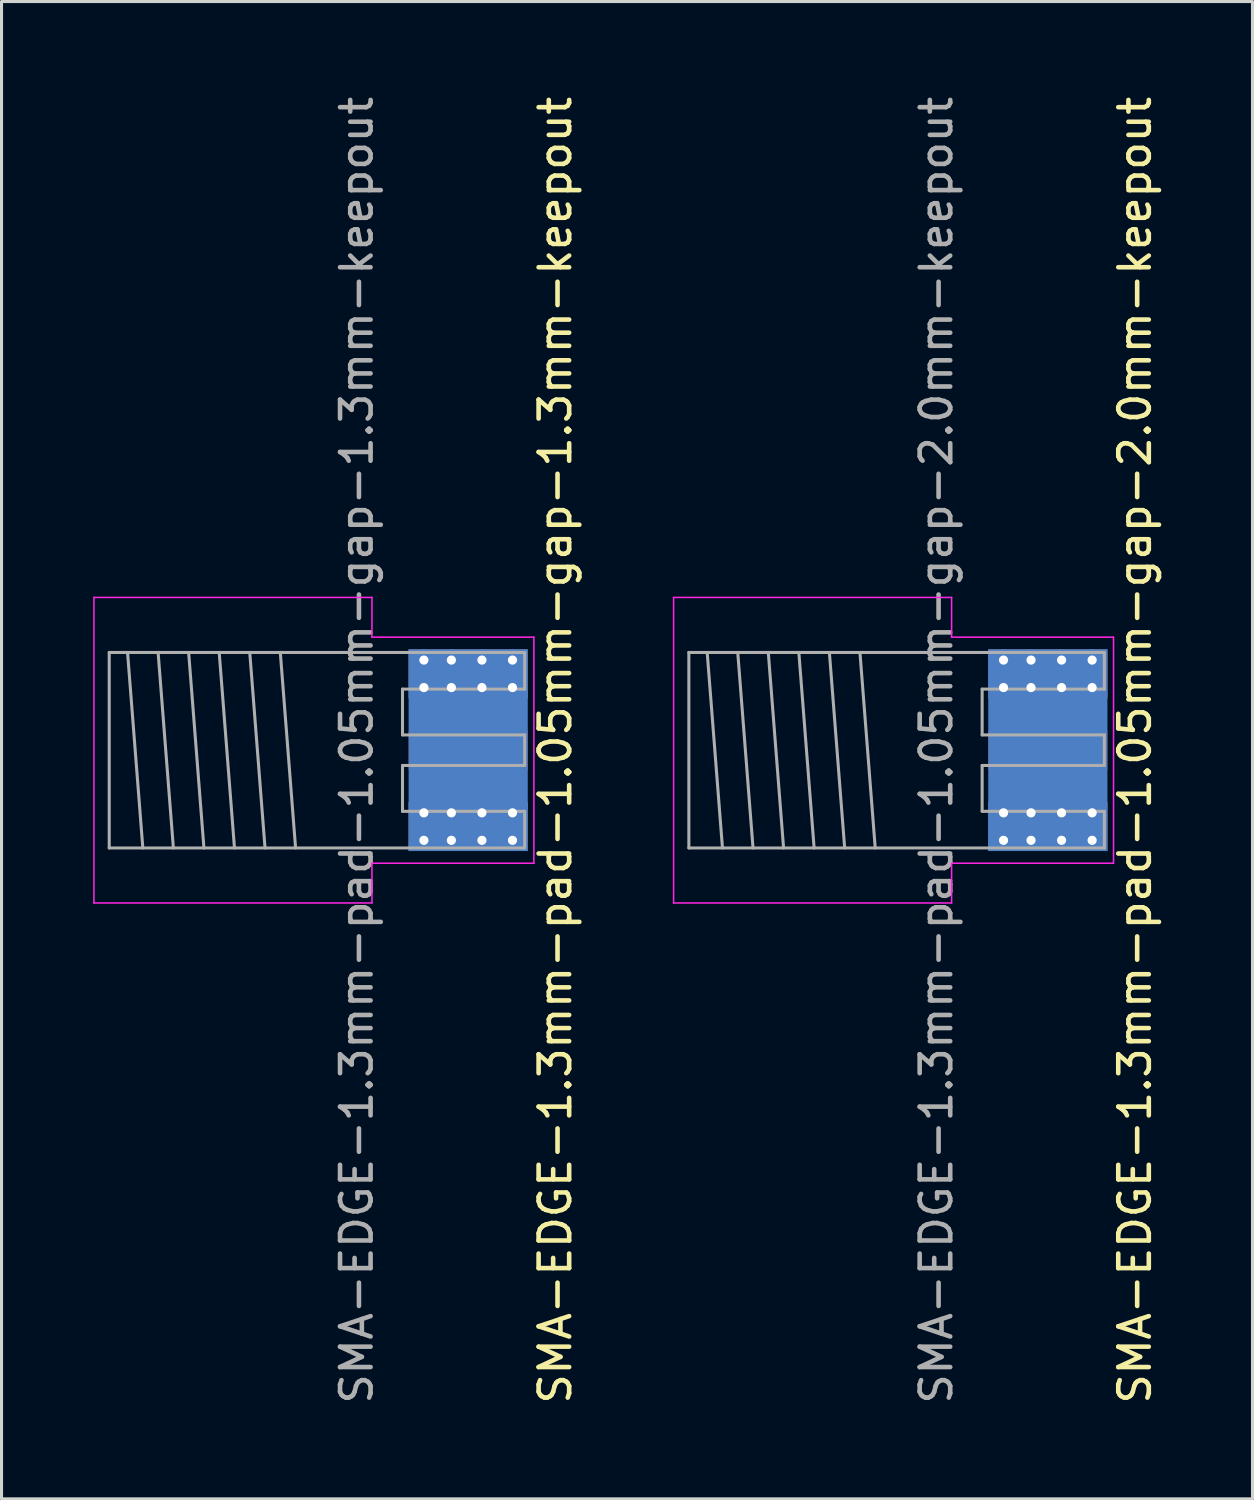
<source format=kicad_pcb>
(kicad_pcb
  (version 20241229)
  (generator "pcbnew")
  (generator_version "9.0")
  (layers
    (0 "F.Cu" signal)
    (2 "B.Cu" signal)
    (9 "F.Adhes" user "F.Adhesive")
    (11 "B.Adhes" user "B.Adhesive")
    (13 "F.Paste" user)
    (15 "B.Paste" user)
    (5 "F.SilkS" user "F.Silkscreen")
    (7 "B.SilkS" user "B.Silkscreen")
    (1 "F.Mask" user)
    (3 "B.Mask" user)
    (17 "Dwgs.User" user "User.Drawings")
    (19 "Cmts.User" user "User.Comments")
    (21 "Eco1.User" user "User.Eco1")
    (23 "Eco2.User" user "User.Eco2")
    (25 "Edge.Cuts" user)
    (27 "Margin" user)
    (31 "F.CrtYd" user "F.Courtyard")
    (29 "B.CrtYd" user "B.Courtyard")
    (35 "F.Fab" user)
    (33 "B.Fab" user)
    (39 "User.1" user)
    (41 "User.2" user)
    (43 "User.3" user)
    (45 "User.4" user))
  (footprint "SMA-EDGE-1.3mm-pad-1.05mm-gap-2.0mm-keepout"
    (layer "F.Cu")
    (at 29.098 21.506)
    (property "Reference" "SMA-EDGE-1.3mm-pad-1.05mm-gap-2.0mm-keepout" (at 5 0 90) (layer "F.SilkS") (effects (font (size 1 1) (thickness 0.15))))
    (attr through_hole)
    (fp_line (start -10.1 -5) (end -10.1 5) (stroke (width 0.05) (type solid)) (layer "F.CrtYd"))
    (fp_line (start -10.1 -5) (end -1 -5) (stroke (width 0.05) (type solid)) (layer "F.CrtYd"))
    (fp_line (start -10.1 5) (end -1 5) (stroke (width 0.05) (type solid)) (layer "F.CrtYd"))
    (fp_line (start -1 -5) (end -1 -3.7) (stroke (width 0.05) (type solid)) (layer "F.CrtYd"))
    (fp_line (start -1 3.7) (end 4.3 3.7) (stroke (width 0.05) (type solid)) (layer "F.CrtYd"))
    (fp_line (start -1 5) (end -1 3.7) (stroke (width 0.05) (type solid)) (layer "F.CrtYd"))
    (fp_line (start 4.3 -3.7) (end -1 -3.7) (stroke (width 0.05) (type solid)) (layer "F.CrtYd"))
    (fp_line (start 4.3 3.7) (end 4.3 -3.7) (stroke (width 0.05) (type solid)) (layer "F.CrtYd"))
    (fp_line (start -9.6 -3.2) (end 4 -3.2) (stroke (width 0.1) (type solid)) (layer "F.Fab"))
    (fp_line (start -9.6 3.2) (end -9.6 -3.2) (stroke (width 0.1) (type solid)) (layer "F.Fab"))
    (fp_line (start -9.6 3.2) (end 4 3.2) (stroke (width 0.1) (type solid)) (layer "F.Fab"))
    (fp_line (start -9 -3.2) (end -8.5 3.2) (stroke (width 0.1) (type solid)) (layer "F.Fab"))
    (fp_line (start -8 -3.2) (end -7.5 3.2) (stroke (width 0.1) (type solid)) (layer "F.Fab"))
    (fp_line (start -7 -3.2) (end -6.5 3.2) (stroke (width 0.1) (type solid)) (layer "F.Fab"))
    (fp_line (start -6 -3.2) (end -5.5 3.2) (stroke (width 0.1) (type solid)) (layer "F.Fab"))
    (fp_line (start -5 -3.2) (end -4.5 3.2) (stroke (width 0.1) (type solid)) (layer "F.Fab"))
    (fp_line (start -4 -3.2) (end -3.5 3.2) (stroke (width 0.1) (type solid)) (layer "F.Fab"))
    (fp_line (start 0 -2) (end 4 -2) (stroke (width 0.1) (type solid)) (layer "F.Fab"))
    (fp_line (start 0 -0.5) (end 0 -2) (stroke (width 0.1) (type solid)) (layer "F.Fab"))
    (fp_line (start 0 0.5) (end 4 0.5) (stroke (width 0.1) (type solid)) (layer "F.Fab"))
    (fp_line (start 0 2) (end 0 0.5) (stroke (width 0.1) (type solid)) (layer "F.Fab"))
    (fp_line (start 4 -2) (end 4 -3.2) (stroke (width 0.1) (type solid)) (layer "F.Fab"))
    (fp_line (start 4 -0.5) (end 0 -0.5) (stroke (width 0.1) (type solid)) (layer "F.Fab"))
    (fp_line (start 4 0.5) (end 4 -0.5) (stroke (width 0.1) (type solid)) (layer "F.Fab"))
    (fp_line (start 4 2) (end 0 2) (stroke (width 0.1) (type solid)) (layer "F.Fab"))
    (fp_line (start 4 3.2) (end 4 2) (stroke (width 0.1) (type solid)) (layer "F.Fab"))
    (fp_text user "${REFERENCE}" (at -1.5 0 90) (layer "F.Fab") (effects (font (size 1 1) (thickness 0.15))))
    (pad "1" smd rect (at 2.15 0) (size 3.9 1.3) (layers "F.Cu" "F.Mask"))
    (pad "2" thru_hole circle (at 0.7 -2.95) (size 0.7 0.7) (drill 0.3) (layers "*.Cu" "*.Mask"))
    (pad "2" thru_hole circle (at 0.7 -2.05) (size 0.7 0.7) (drill 0.3) (layers "*.Cu" "*.Mask"))
    (pad "2" thru_hole circle (at 0.7 2.05) (size 0.7 0.7) (drill 0.3) (layers "*.Cu" "*.Mask"))
    (pad "2" thru_hole circle (at 0.7 2.95) (size 0.7 0.7) (drill 0.3) (layers "*.Cu" "*.Mask"))
    (pad "2" thru_hole circle (at 1.6 -2.95) (size 0.7 0.7) (drill 0.3) (layers "*.Cu" "*.Mask"))
    (pad "2" thru_hole circle (at 1.6 -2.05) (size 0.7 0.7) (drill 0.3) (layers "*.Cu" "*.Mask"))
    (pad "2" thru_hole circle (at 1.6 2.05) (size 0.7 0.7) (drill 0.3) (layers "*.Cu" "*.Mask"))
    (pad "2" thru_hole circle (at 1.6 2.95) (size 0.7 0.7) (drill 0.3) (layers "*.Cu" "*.Mask"))
    (pad "2" smd rect (at 2.15 -2.5) (size 3.9 1.6) (layers "F.Cu" "F.Mask"))
    (pad "2" smd rect (at 2.15 -2.5) (size 3.9 1.6) (layers "B.Cu" "B.Mask"))
    (pad "2" smd rect (at 2.15 0) (size 3.9 6.6) (layers "B.Cu"))
    (pad "2" smd rect (at 2.15 2.5) (size 3.9 1.6) (layers "F.Cu" "F.Mask"))
    (pad "2" smd rect (at 2.15 2.5) (size 3.9 1.6) (layers "B.Cu" "B.Mask"))
    (pad "2" thru_hole circle (at 2.6 -2.95) (size 0.7 0.7) (drill 0.3) (layers "*.Cu" "*.Mask"))
    (pad "2" thru_hole circle (at 2.6 -2.05) (size 0.7 0.7) (drill 0.3) (layers "*.Cu" "*.Mask"))
    (pad "2" thru_hole circle (at 2.6 2.05) (size 0.7 0.7) (drill 0.3) (layers "*.Cu" "*.Mask"))
    (pad "2" thru_hole circle (at 2.6 2.95) (size 0.7 0.7) (drill 0.3) (layers "*.Cu" "*.Mask"))
    (pad "2" thru_hole circle (at 3.6 -2.95) (size 0.7 0.7) (drill 0.3) (layers "*.Cu" "*.Mask"))
    (pad "2" thru_hole circle (at 3.6 -2.05) (size 0.7 0.7) (drill 0.3) (layers "*.Cu" "*.Mask"))
    (pad "2" thru_hole circle (at 3.6 2.05) (size 0.7 0.7) (drill 0.3) (layers "*.Cu" "*.Mask"))
    (pad "2" thru_hole circle (at 3.6 2.95) (size 0.7 0.7) (drill 0.3) (layers "*.Cu" "*.Mask"))
    (zone (net_name "") (layer "In1.Cu") (name "SMA keepout") (hatch edge 0.508) (connect_pads) (min_thickness 0.254) (filled_areas_thickness no) (keepout (tracks not_allowed) (vias not_allowed) (pads not_allowed) (copperpour not_allowed) (footprints not_allowed)) (placement (enabled no)) (fill) (polygon (pts (xy 33.198 22.506) (xy 29.098 22.506) (xy 29.098 20.506) (xy 33.198 20.506)))))
  (footprint "SMA-EDGE-1.3mm-pad-1.05mm-gap-1.3mm-keepout"
    (layer "F.Cu")
    (at 10.125 21.506)
    (property "Reference" "SMA-EDGE-1.3mm-pad-1.05mm-gap-1.3mm-keepout" (at 5 0 90) (layer "F.SilkS") (effects (font (size 1 1) (thickness 0.15))))
    (attr through_hole)
    (fp_line (start -10.1 -5) (end -10.1 5) (stroke (width 0.05) (type solid)) (layer "F.CrtYd"))
    (fp_line (start -10.1 -5) (end -1 -5) (stroke (width 0.05) (type solid)) (layer "F.CrtYd"))
    (fp_line (start -10.1 5) (end -1 5) (stroke (width 0.05) (type solid)) (layer "F.CrtYd"))
    (fp_line (start -1 -5) (end -1 -3.7) (stroke (width 0.05) (type solid)) (layer "F.CrtYd"))
    (fp_line (start -1 3.7) (end 4.3 3.7) (stroke (width 0.05) (type solid)) (layer "F.CrtYd"))
    (fp_line (start -1 5) (end -1 3.7) (stroke (width 0.05) (type solid)) (layer "F.CrtYd"))
    (fp_line (start 4.3 -3.7) (end -1 -3.7) (stroke (width 0.05) (type solid)) (layer "F.CrtYd"))
    (fp_line (start 4.3 3.7) (end 4.3 -3.7) (stroke (width 0.05) (type solid)) (layer "F.CrtYd"))
    (fp_line (start -9.6 -3.2) (end 4 -3.2) (stroke (width 0.1) (type solid)) (layer "F.Fab"))
    (fp_line (start -9.6 3.2) (end -9.6 -3.2) (stroke (width 0.1) (type solid)) (layer "F.Fab"))
    (fp_line (start -9.6 3.2) (end 4 3.2) (stroke (width 0.1) (type solid)) (layer "F.Fab"))
    (fp_line (start -9 -3.2) (end -8.5 3.2) (stroke (width 0.1) (type solid)) (layer "F.Fab"))
    (fp_line (start -8 -3.2) (end -7.5 3.2) (stroke (width 0.1) (type solid)) (layer "F.Fab"))
    (fp_line (start -7 -3.2) (end -6.5 3.2) (stroke (width 0.1) (type solid)) (layer "F.Fab"))
    (fp_line (start -6 -3.2) (end -5.5 3.2) (stroke (width 0.1) (type solid)) (layer "F.Fab"))
    (fp_line (start -5 -3.2) (end -4.5 3.2) (stroke (width 0.1) (type solid)) (layer "F.Fab"))
    (fp_line (start -4 -3.2) (end -3.5 3.2) (stroke (width 0.1) (type solid)) (layer "F.Fab"))
    (fp_line (start 0 -2) (end 4 -2) (stroke (width 0.1) (type solid)) (layer "F.Fab"))
    (fp_line (start 0 -0.5) (end 0 -2) (stroke (width 0.1) (type solid)) (layer "F.Fab"))
    (fp_line (start 0 0.5) (end 4 0.5) (stroke (width 0.1) (type solid)) (layer "F.Fab"))
    (fp_line (start 0 2) (end 0 0.5) (stroke (width 0.1) (type solid)) (layer "F.Fab"))
    (fp_line (start 4 -2) (end 4 -3.2) (stroke (width 0.1) (type solid)) (layer "F.Fab"))
    (fp_line (start 4 -0.5) (end 0 -0.5) (stroke (width 0.1) (type solid)) (layer "F.Fab"))
    (fp_line (start 4 0.5) (end 4 -0.5) (stroke (width 0.1) (type solid)) (layer "F.Fab"))
    (fp_line (start 4 2) (end 0 2) (stroke (width 0.1) (type solid)) (layer "F.Fab"))
    (fp_line (start 4 3.2) (end 4 2) (stroke (width 0.1) (type solid)) (layer "F.Fab"))
    (fp_text user "${REFERENCE}" (at -1.5 0 90) (layer "F.Fab") (effects (font (size 1 1) (thickness 0.15))))
    (pad "1" smd rect (at 2.15 0) (size 3.9 1.3) (layers "F.Cu" "F.Mask"))
    (pad "2" thru_hole circle (at 0.7 -2.95) (size 0.7 0.7) (drill 0.3) (layers "*.Cu" "*.Mask"))
    (pad "2" thru_hole circle (at 0.7 -2.05) (size 0.7 0.7) (drill 0.3) (layers "*.Cu" "*.Mask"))
    (pad "2" thru_hole circle (at 0.7 2.05) (size 0.7 0.7) (drill 0.3) (layers "*.Cu" "*.Mask"))
    (pad "2" thru_hole circle (at 0.7 2.95) (size 0.7 0.7) (drill 0.3) (layers "*.Cu" "*.Mask"))
    (pad "2" thru_hole circle (at 1.6 -2.95) (size 0.7 0.7) (drill 0.3) (layers "*.Cu" "*.Mask"))
    (pad "2" thru_hole circle (at 1.6 -2.05) (size 0.7 0.7) (drill 0.3) (layers "*.Cu" "*.Mask"))
    (pad "2" thru_hole circle (at 1.6 2.05) (size 0.7 0.7) (drill 0.3) (layers "*.Cu" "*.Mask"))
    (pad "2" thru_hole circle (at 1.6 2.95) (size 0.7 0.7) (drill 0.3) (layers "*.Cu" "*.Mask"))
    (pad "2" smd rect (at 2.15 -2.5) (size 3.9 1.6) (layers "F.Cu" "F.Mask"))
    (pad "2" smd rect (at 2.15 -2.5) (size 3.9 1.6) (layers "B.Cu" "B.Mask"))
    (pad "2" smd rect (at 2.15 0) (size 3.9 6.6) (layers "B.Cu"))
    (pad "2" smd rect (at 2.15 2.5) (size 3.9 1.6) (layers "F.Cu" "F.Mask"))
    (pad "2" smd rect (at 2.15 2.5) (size 3.9 1.6) (layers "B.Cu" "B.Mask"))
    (pad "2" thru_hole circle (at 2.6 -2.95) (size 0.7 0.7) (drill 0.3) (layers "*.Cu" "*.Mask"))
    (pad "2" thru_hole circle (at 2.6 -2.05) (size 0.7 0.7) (drill 0.3) (layers "*.Cu" "*.Mask"))
    (pad "2" thru_hole circle (at 2.6 2.05) (size 0.7 0.7) (drill 0.3) (layers "*.Cu" "*.Mask"))
    (pad "2" thru_hole circle (at 2.6 2.95) (size 0.7 0.7) (drill 0.3) (layers "*.Cu" "*.Mask"))
    (pad "2" thru_hole circle (at 3.6 -2.95) (size 0.7 0.7) (drill 0.3) (layers "*.Cu" "*.Mask"))
    (pad "2" thru_hole circle (at 3.6 -2.05) (size 0.7 0.7) (drill 0.3) (layers "*.Cu" "*.Mask"))
    (pad "2" thru_hole circle (at 3.6 2.05) (size 0.7 0.7) (drill 0.3) (layers "*.Cu" "*.Mask"))
    (pad "2" thru_hole circle (at 3.6 2.95) (size 0.7 0.7) (drill 0.3) (layers "*.Cu" "*.Mask"))
    (zone (net_name "") (layer "In1.Cu") (name "SMA keepout") (hatch edge 0.508) (connect_pads) (min_thickness 0.254) (filled_areas_thickness no) (keepout (tracks not_allowed) (vias not_allowed) (pads not_allowed) (copperpour not_allowed) (footprints not_allowed)) (placement (enabled no)) (fill) (polygon (pts (xy 14.225 22.156) (xy 10.125 22.156) (xy 10.125 20.856) (xy 14.225 20.856)))))
  (gr_rect
    (start -3 -3)
    (end 37.947 46.012)
    (stroke (width 0.1) (type default))
    (fill no)
    (layer "Edge.Cuts")))
</source>
